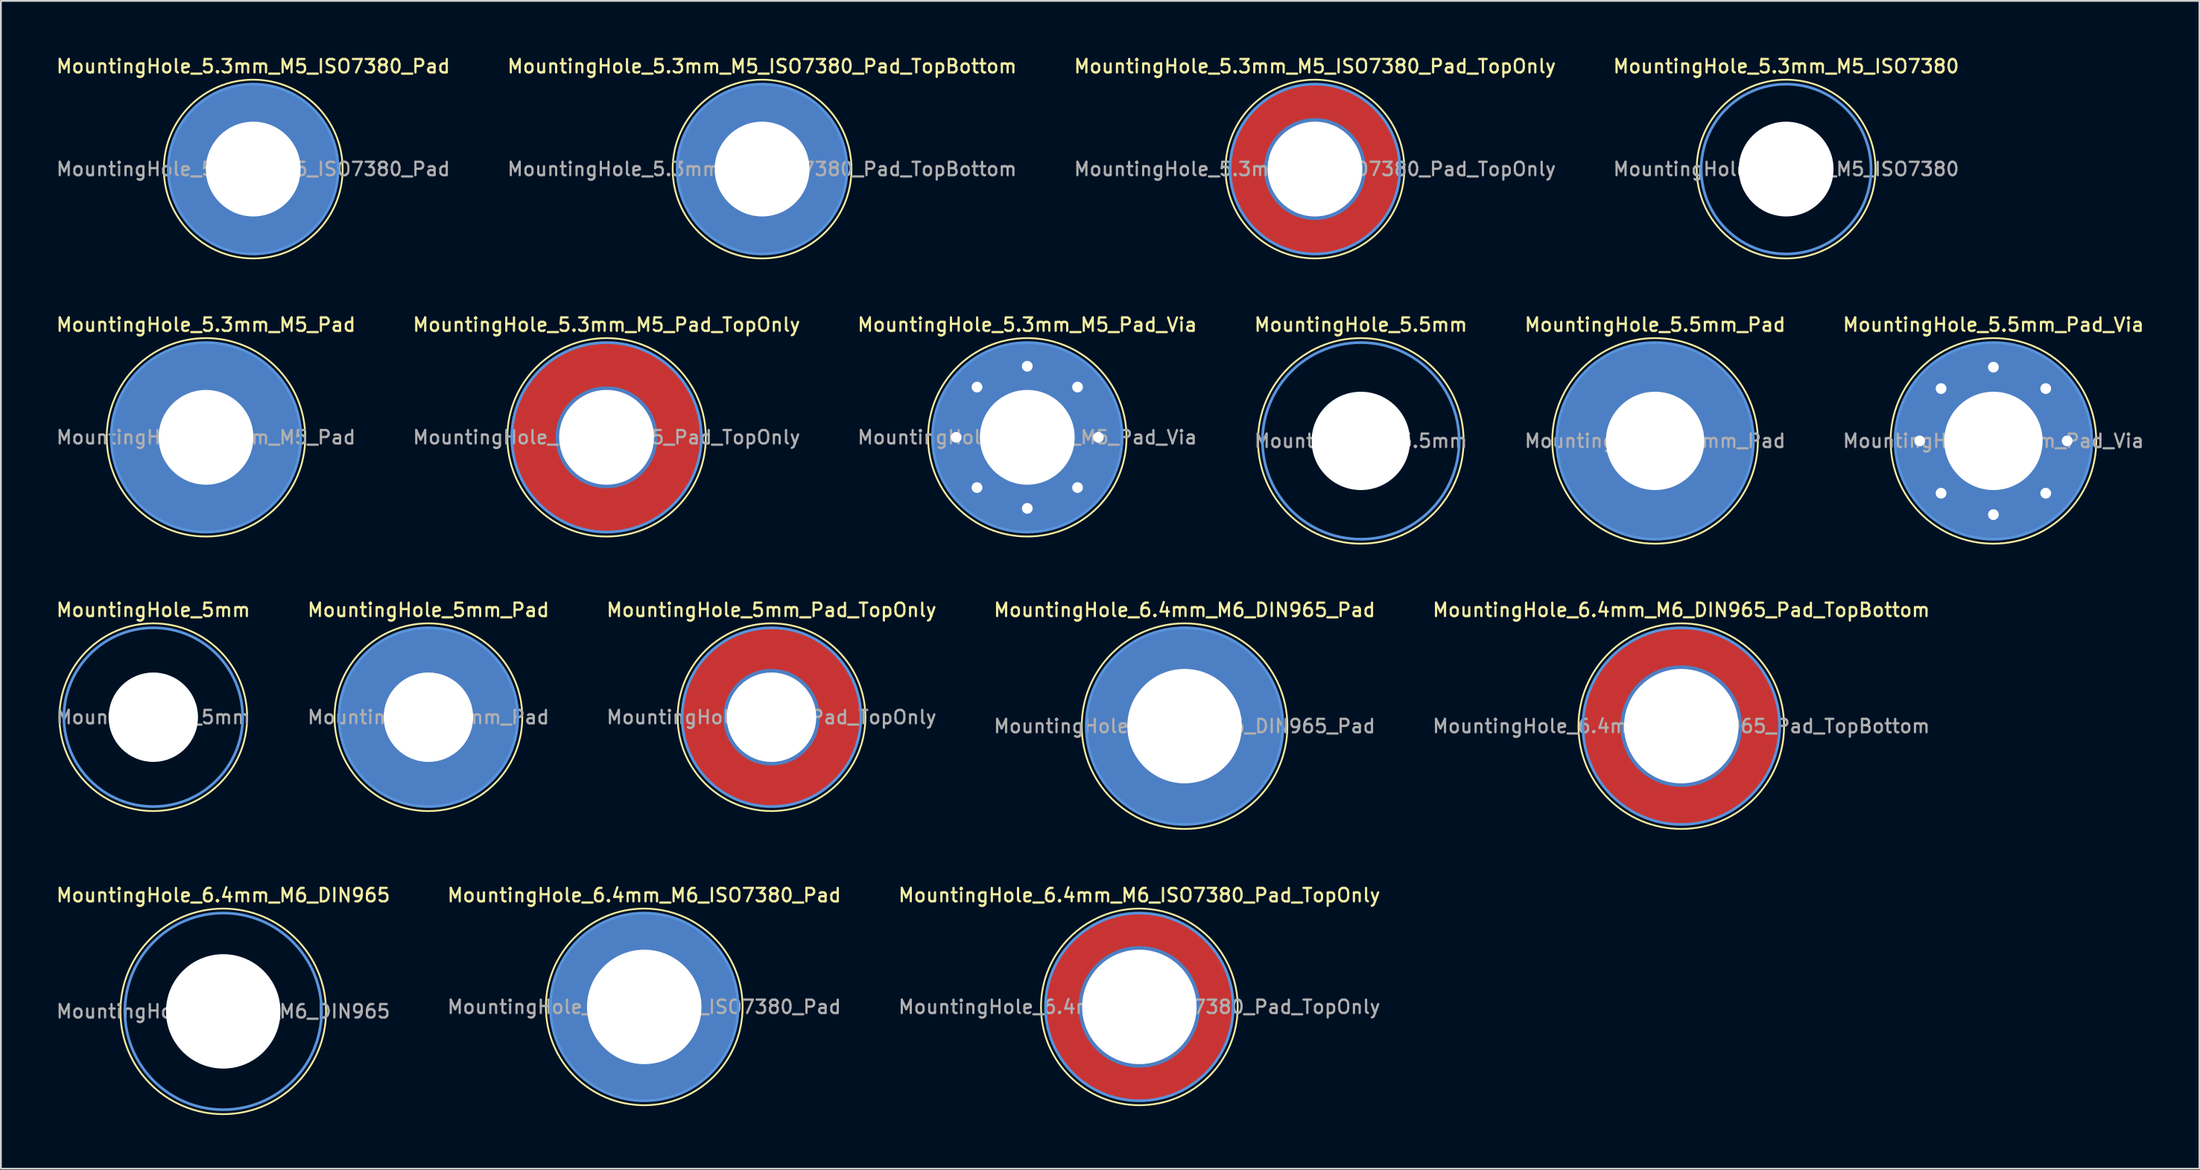
<source format=kicad_pcb>
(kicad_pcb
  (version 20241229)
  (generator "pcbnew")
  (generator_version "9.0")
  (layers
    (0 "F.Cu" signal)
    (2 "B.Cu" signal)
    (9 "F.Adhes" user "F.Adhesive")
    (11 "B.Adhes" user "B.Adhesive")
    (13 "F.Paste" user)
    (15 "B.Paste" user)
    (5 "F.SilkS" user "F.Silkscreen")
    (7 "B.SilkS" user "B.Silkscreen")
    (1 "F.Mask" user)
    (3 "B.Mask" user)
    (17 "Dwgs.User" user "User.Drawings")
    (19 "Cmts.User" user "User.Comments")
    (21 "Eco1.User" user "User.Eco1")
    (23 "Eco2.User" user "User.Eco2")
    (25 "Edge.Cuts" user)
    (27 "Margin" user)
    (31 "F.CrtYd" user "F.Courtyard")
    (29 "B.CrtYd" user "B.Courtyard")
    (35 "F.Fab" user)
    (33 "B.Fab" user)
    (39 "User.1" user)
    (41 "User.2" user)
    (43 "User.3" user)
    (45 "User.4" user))
  (footprint "MountingHole_6.4mm_M6_ISO7380_Pad_TopOnly"
    (layer "F.Cu")
    (at 60.67 53.282)
    (property "Reference" "MountingHole_6.4mm_M6_ISO7380_Pad_TopOnly" (at 0 -6.25 0) (layer "F.SilkS") (effects (font (size 0.75 0.75) (thickness 0.125))))
    (attr exclude_from_pos_files exclude_from_bom)
    (fp_circle (center 0 0) (end 5.5 0) (stroke (width 0.1) (type solid)) (fill no) (layer "F.SilkS"))
    (fp_circle (center 0 0) (end 5.25 0) (stroke (width 0.15) (type solid)) (fill no) (layer "Cmts.User"))
    (fp_text user "${REFERENCE}" (at 0 0 0) (layer "F.Fab") (effects (font (size 0.75 0.75) (thickness 0.125))))
    (pad "1" thru_hole circle (at 0 0) (size 6.8 6.8) (drill 6.4) (layers "*.Cu" "*.Mask"))
    (pad "1" connect circle (at 0 0) (size 10.5 10.5) (layers "F.Cu" "F.Mask")))
  (footprint "MountingHole_5.3mm_M5_ISO7380_Pad_TopBottom"
    (layer "F.Cu")
    (at 39.57 6.408)
    (property "Reference" "MountingHole_5.3mm_M5_ISO7380_Pad_TopBottom" (at 0 -5.75 0) (layer "F.SilkS") (effects (font (size 0.75 0.75) (thickness 0.125))))
    (attr exclude_from_pos_files exclude_from_bom)
    (fp_circle (center 0 0) (end 5 0) (stroke (width 0.1) (type solid)) (fill no) (layer "F.SilkS"))
    (fp_circle (center 0 0) (end 4.75 0) (stroke (width 0.15) (type solid)) (fill no) (layer "Cmts.User"))
    (fp_text user "${REFERENCE}" (at 0 0 0) (layer "F.Fab") (effects (font (size 0.75 0.75) (thickness 0.125))))
    (pad "1" thru_hole circle (at 0 0) (size 5.7 5.7) (drill 5.3) (layers "*.Cu" "*.Mask"))
    (pad "1" connect circle (at 0 0) (size 9.5 9.5) (layers "F.Cu" "F.Mask"))
    (pad "1" connect circle (at 0 0) (size 9.5 9.5) (layers "B.Cu" "B.Mask")))
  (footprint "MountingHole_5.3mm_M5_Pad_TopOnly"
    (layer "F.Cu")
    (at 30.873 21.416)
    (property "Reference" "MountingHole_5.3mm_M5_Pad_TopOnly" (at 0 -6.3 0) (layer "F.SilkS") (effects (font (size 0.75 0.75) (thickness 0.125))))
    (attr exclude_from_pos_files exclude_from_bom)
    (fp_circle (center 0 0) (end 5.55 0) (stroke (width 0.1) (type solid)) (fill no) (layer "F.SilkS"))
    (fp_circle (center 0 0) (end 5.3 0) (stroke (width 0.15) (type solid)) (fill no) (layer "Cmts.User"))
    (fp_text user "${REFERENCE}" (at 0 0 0) (layer "F.Fab") (effects (font (size 0.75 0.75) (thickness 0.125))))
    (pad "1" thru_hole circle (at 0 0) (size 5.7 5.7) (drill 5.3) (layers "*.Cu" "*.Mask"))
    (pad "1" connect circle (at 0 0) (size 10.6 10.6) (layers "F.Cu" "F.Mask")))
  (footprint "MountingHole_5.5mm_Pad_Via"
    (layer "F.Cu")
    (at 108.434 21.616)
    (property "Reference" "MountingHole_5.5mm_Pad_Via" (at 0 -6.5 0) (layer "F.SilkS") (effects (font (size 0.75 0.75) (thickness 0.125))))
    (attr exclude_from_pos_files exclude_from_bom)
    (fp_circle (center 0 0) (end 5.75 0) (stroke (width 0.1) (type solid)) (fill no) (layer "F.SilkS"))
    (fp_circle (center 0 0) (end 5.5 0) (stroke (width 0.15) (type solid)) (fill no) (layer "Cmts.User"))
    (fp_text user "${REFERENCE}" (at 0 0 0) (layer "F.Fab") (effects (font (size 0.75 0.75) (thickness 0.125))))
    (pad "1" thru_hole circle (at -4.125 0) (size 0.9 0.9) (drill 0.6) (layers "*.Cu" "*.Mask"))
    (pad "1" thru_hole circle (at -2.927 -2.927) (size 0.9 0.9) (drill 0.6) (layers "*.Cu" "*.Mask"))
    (pad "1" thru_hole circle (at -2.927 2.927) (size 0.9 0.9) (drill 0.6) (layers "*.Cu" "*.Mask"))
    (pad "1" thru_hole circle (at 0 -4.125) (size 0.9 0.9) (drill 0.6) (layers "*.Cu" "*.Mask"))
    (pad "1" thru_hole circle (at 0 0) (size 11 11) (drill 5.5) (layers "*.Cu" "*.Mask"))
    (pad "1" thru_hole circle (at 0 4.125) (size 0.9 0.9) (drill 0.6) (layers "*.Cu" "*.Mask"))
    (pad "1" thru_hole circle (at 2.927 -2.927) (size 0.9 0.9) (drill 0.6) (layers "*.Cu" "*.Mask"))
    (pad "1" thru_hole circle (at 2.927 2.927) (size 0.9 0.9) (drill 0.6) (layers "*.Cu" "*.Mask"))
    (pad "1" thru_hole circle (at 4.125 0) (size 0.9 0.9) (drill 0.6) (layers "*.Cu" "*.Mask")))
  (footprint "MountingHole_5.3mm_M5_ISO7380"
    (layer "F.Cu")
    (at 96.841 6.408)
    (property "Reference" "MountingHole_5.3mm_M5_ISO7380" (at 0 -5.75 0) (layer "F.SilkS") (effects (font (size 0.75 0.75) (thickness 0.125))))
    (attr exclude_from_pos_files exclude_from_bom)
    (fp_circle (center 0 0) (end 5 0) (stroke (width 0.1) (type solid)) (fill no) (layer "F.SilkS"))
    (fp_circle (center 0 0) (end 4.75 0) (stroke (width 0.15) (type solid)) (fill no) (layer "Cmts.User"))
    (fp_text user "${REFERENCE}" (at 0 0 0) (layer "F.Fab") (effects (font (size 0.75 0.75) (thickness 0.125))))
    (pad "" np_thru_hole circle (at 0 0) (size 5.3 5.3) (drill 5.3) (layers "*.Cu" "*.Mask")))
  (footprint "MountingHole_5mm"
    (layer "F.Cu")
    (at 5.523 37.074)
    (property "Reference" "MountingHole_5mm" (at 0 -6 0) (layer "F.SilkS") (effects (font (size 0.75 0.75) (thickness 0.125))))
    (attr exclude_from_pos_files exclude_from_bom)
    (fp_circle (center 0 0) (end 5.25 0) (stroke (width 0.1) (type solid)) (fill no) (layer "F.SilkS"))
    (fp_circle (center 0 0) (end 5 0) (stroke (width 0.15) (type solid)) (fill no) (layer "Cmts.User"))
    (fp_text user "${REFERENCE}" (at 0 0 0) (layer "F.Fab") (effects (font (size 0.75 0.75) (thickness 0.125))))
    (pad "" np_thru_hole circle (at 0 0) (size 5 5) (drill 5) (layers "*.Cu" "*.Mask")))
  (footprint "MountingHole_5.5mm_Pad"
    (layer "F.Cu")
    (at 89.512 21.616)
    (property "Reference" "MountingHole_5.5mm_Pad" (at 0 -6.5 0) (layer "F.SilkS") (effects (font (size 0.75 0.75) (thickness 0.125))))
    (attr exclude_from_pos_files exclude_from_bom)
    (fp_circle (center 0 0) (end 5.75 0) (stroke (width 0.1) (type solid)) (fill no) (layer "F.SilkS"))
    (fp_circle (center 0 0) (end 5.5 0) (stroke (width 0.15) (type solid)) (fill no) (layer "Cmts.User"))
    (fp_text user "${REFERENCE}" (at 0 0 0) (layer "F.Fab") (effects (font (size 0.75 0.75) (thickness 0.125))))
    (pad "1" thru_hole circle (at 0 0) (size 11 11) (drill 5.5) (layers "*.Cu" "*.Mask")))
  (footprint "MountingHole_5mm_Pad_TopOnly"
    (layer "F.Cu")
    (at 40.098 37.074)
    (property "Reference" "MountingHole_5mm_Pad_TopOnly" (at 0 -6 0) (layer "F.SilkS") (effects (font (size 0.75 0.75) (thickness 0.125))))
    (attr exclude_from_pos_files exclude_from_bom)
    (fp_circle (center 0 0) (end 5.25 0) (stroke (width 0.1) (type solid)) (fill no) (layer "F.SilkS"))
    (fp_circle (center 0 0) (end 5 0) (stroke (width 0.15) (type solid)) (fill no) (layer "Cmts.User"))
    (fp_text user "${REFERENCE}" (at 0 0 0) (layer "F.Fab") (effects (font (size 0.75 0.75) (thickness 0.125))))
    (pad "1" thru_hole circle (at 0 0) (size 5.4 5.4) (drill 5) (layers "*.Cu" "*.Mask"))
    (pad "1" connect circle (at 0 0) (size 10 10) (layers "F.Cu" "F.Mask")))
  (footprint "MountingHole_5.3mm_M5_Pad"
    (layer "F.Cu")
    (at 8.47 21.416)
    (property "Reference" "MountingHole_5.3mm_M5_Pad" (at 0 -6.3 0) (layer "F.SilkS") (effects (font (size 0.75 0.75) (thickness 0.125))))
    (attr exclude_from_pos_files exclude_from_bom)
    (fp_circle (center 0 0) (end 5.55 0) (stroke (width 0.1) (type solid)) (fill no) (layer "F.SilkS"))
    (fp_circle (center 0 0) (end 5.3 0) (stroke (width 0.15) (type solid)) (fill no) (layer "Cmts.User"))
    (fp_text user "${REFERENCE}" (at 0 0 0) (layer "F.Fab") (effects (font (size 0.75 0.75) (thickness 0.125))))
    (pad "1" thru_hole circle (at 0 0) (size 10.6 10.6) (drill 5.3) (layers "*.Cu" "*.Mask")))
  (footprint "MountingHole_5mm_Pad"
    (layer "F.Cu")
    (at 20.909 37.074)
    (property "Reference" "MountingHole_5mm_Pad" (at 0 -6 0) (layer "F.SilkS") (effects (font (size 0.75 0.75) (thickness 0.125))))
    (attr exclude_from_pos_files exclude_from_bom)
    (fp_circle (center 0 0) (end 5.25 0) (stroke (width 0.1) (type solid)) (fill no) (layer "F.SilkS"))
    (fp_circle (center 0 0) (end 5 0) (stroke (width 0.15) (type solid)) (fill no) (layer "Cmts.User"))
    (fp_text user "${REFERENCE}" (at 0 0 0) (layer "F.Fab") (effects (font (size 0.75 0.75) (thickness 0.125))))
    (pad "1" thru_hole circle (at 0 0) (size 10 10) (drill 5) (layers "*.Cu" "*.Mask")))
  (footprint "MountingHole_6.4mm_M6_DIN965_Pad"
    (layer "F.Cu")
    (at 63.198 37.574)
    (property "Reference" "MountingHole_6.4mm_M6_DIN965_Pad" (at 0 -6.5 0) (layer "F.SilkS") (effects (font (size 0.75 0.75) (thickness 0.125))))
    (attr exclude_from_pos_files exclude_from_bom)
    (fp_circle (center 0 0) (end 5.75 0) (stroke (width 0.1) (type solid)) (fill no) (layer "F.SilkS"))
    (fp_circle (center 0 0) (end 5.5 0) (stroke (width 0.15) (type solid)) (fill no) (layer "Cmts.User"))
    (fp_text user "${REFERENCE}" (at 0 0 0) (layer "F.Fab") (effects (font (size 0.75 0.75) (thickness 0.125))))
    (pad "1" thru_hole circle (at 0 0) (size 11 11) (drill 6.4) (layers "*.Cu" "*.Mask")))
  (footprint "MountingHole_5.3mm_M5_Pad_Via"
    (layer "F.Cu")
    (at 54.402 21.416)
    (property "Reference" "MountingHole_5.3mm_M5_Pad_Via" (at 0 -6.3 0) (layer "F.SilkS") (effects (font (size 0.75 0.75) (thickness 0.125))))
    (attr exclude_from_pos_files exclude_from_bom)
    (fp_circle (center 0 0) (end 5.55 0) (stroke (width 0.1) (type solid)) (fill no) (layer "F.SilkS"))
    (fp_circle (center 0 0) (end 5.3 0) (stroke (width 0.15) (type solid)) (fill no) (layer "Cmts.User"))
    (fp_text user "${REFERENCE}" (at 0 0 0) (layer "F.Fab") (effects (font (size 0.75 0.75) (thickness 0.125))))
    (pad "1" thru_hole circle (at -3.975 0) (size 0.9 0.9) (drill 0.6) (layers "*.Cu" "*.Mask"))
    (pad "1" thru_hole circle (at -2.811 -2.811) (size 0.9 0.9) (drill 0.6) (layers "*.Cu" "*.Mask"))
    (pad "1" thru_hole circle (at -2.811 2.811) (size 0.9 0.9) (drill 0.6) (layers "*.Cu" "*.Mask"))
    (pad "1" thru_hole circle (at 0 -3.975) (size 0.9 0.9) (drill 0.6) (layers "*.Cu" "*.Mask"))
    (pad "1" thru_hole circle (at 0 0) (size 10.6 10.6) (drill 5.3) (layers "*.Cu" "*.Mask"))
    (pad "1" thru_hole circle (at 0 3.975) (size 0.9 0.9) (drill 0.6) (layers "*.Cu" "*.Mask"))
    (pad "1" thru_hole circle (at 2.811 -2.811) (size 0.9 0.9) (drill 0.6) (layers "*.Cu" "*.Mask"))
    (pad "1" thru_hole circle (at 2.811 2.811) (size 0.9 0.9) (drill 0.6) (layers "*.Cu" "*.Mask"))
    (pad "1" thru_hole circle (at 3.975 0) (size 0.9 0.9) (drill 0.6) (layers "*.Cu" "*.Mask")))
  (footprint "MountingHole_6.4mm_M6_DIN965_Pad_TopBottom"
    (layer "F.Cu")
    (at 90.977 37.574)
    (property "Reference" "MountingHole_6.4mm_M6_DIN965_Pad_TopBottom" (at 0 -6.5 0) (layer "F.SilkS") (effects (font (size 0.75 0.75) (thickness 0.125))))
    (attr exclude_from_pos_files exclude_from_bom)
    (fp_circle (center 0 0) (end 5.75 0) (stroke (width 0.1) (type solid)) (fill no) (layer "F.SilkS"))
    (fp_circle (center 0 0) (end 5.5 0) (stroke (width 0.15) (type solid)) (fill no) (layer "Cmts.User"))
    (fp_text user "${REFERENCE}" (at 0 0 0) (layer "F.Fab") (effects (font (size 0.75 0.75) (thickness 0.125))))
    (pad "" connect circle (at 0 0) (size 11 11) (layers "B.Mask" "Rescue"))
    (pad "1" thru_hole circle (at 0 0) (size 6.8 6.8) (drill 6.4) (layers "*.Cu" "*.Mask"))
    (pad "1" connect circle (at 0 0) (size 11 11) (layers "F.Cu" "F.Mask")))
  (footprint "MountingHole_6.4mm_M6_ISO7380_Pad"
    (layer "F.Cu")
    (at 32.98 53.282)
    (property "Reference" "MountingHole_6.4mm_M6_ISO7380_Pad" (at 0 -6.25 0) (layer "F.SilkS") (effects (font (size 0.75 0.75) (thickness 0.125))))
    (attr exclude_from_pos_files exclude_from_bom)
    (fp_circle (center 0 0) (end 5.5 0) (stroke (width 0.1) (type solid)) (fill no) (layer "F.SilkS"))
    (fp_circle (center 0 0) (end 5.25 0) (stroke (width 0.15) (type solid)) (fill no) (layer "Cmts.User"))
    (fp_text user "${REFERENCE}" (at 0 0 0) (layer "F.Fab") (effects (font (size 0.75 0.75) (thickness 0.125))))
    (pad "1" thru_hole circle (at 0 0) (size 10.5 10.5) (drill 6.4) (layers "*.Cu" "*.Mask")))
  (footprint "MountingHole_5.3mm_M5_ISO7380_Pad_TopOnly"
    (layer "F.Cu")
    (at 70.491 6.408)
    (property "Reference" "MountingHole_5.3mm_M5_ISO7380_Pad_TopOnly" (at 0 -5.75 0) (layer "F.SilkS") (effects (font (size 0.75 0.75) (thickness 0.125))))
    (attr exclude_from_pos_files exclude_from_bom)
    (fp_circle (center 0 0) (end 5 0) (stroke (width 0.1) (type solid)) (fill no) (layer "F.SilkS"))
    (fp_circle (center 0 0) (end 4.75 0) (stroke (width 0.15) (type solid)) (fill no) (layer "Cmts.User"))
    (fp_text user "${REFERENCE}" (at 0 0 0) (layer "F.Fab") (effects (font (size 0.75 0.75) (thickness 0.125))))
    (pad "1" thru_hole circle (at 0 0) (size 5.7 5.7) (drill 5.3) (layers "*.Cu" "*.Mask"))
    (pad "1" connect circle (at 0 0) (size 9.5 9.5) (layers "F.Cu" "F.Mask")))
  (footprint "MountingHole_5.3mm_M5_ISO7380_Pad"
    (layer "F.Cu")
    (at 11.113 6.408)
    (property "Reference" "MountingHole_5.3mm_M5_ISO7380_Pad" (at 0 -5.75 0) (layer "F.SilkS") (effects (font (size 0.75 0.75) (thickness 0.125))))
    (attr exclude_from_pos_files exclude_from_bom)
    (fp_circle (center 0 0) (end 5 0) (stroke (width 0.1) (type solid)) (fill no) (layer "F.SilkS"))
    (fp_circle (center 0 0) (end 4.75 0) (stroke (width 0.15) (type solid)) (fill no) (layer "Cmts.User"))
    (fp_text user "${REFERENCE}" (at 0 0 0) (layer "F.Fab") (effects (font (size 0.75 0.75) (thickness 0.125))))
    (pad "1" thru_hole circle (at 0 0) (size 9.5 9.5) (drill 5.3) (layers "*.Cu" "*.Mask")))
  (footprint "MountingHole_5.5mm"
    (layer "F.Cu")
    (at 73.055 21.616)
    (property "Reference" "MountingHole_5.5mm" (at 0 -6.5 0) (layer "F.SilkS") (effects (font (size 0.75 0.75) (thickness 0.125))))
    (attr exclude_from_pos_files exclude_from_bom)
    (fp_circle (center 0 0) (end 5.75 0) (stroke (width 0.1) (type solid)) (fill no) (layer "F.SilkS"))
    (fp_circle (center 0 0) (end 5.5 0) (stroke (width 0.15) (type solid)) (fill no) (layer "Cmts.User"))
    (fp_text user "${REFERENCE}" (at 0 0 0) (layer "F.Fab") (effects (font (size 0.75 0.75) (thickness 0.125))))
    (pad "" np_thru_hole circle (at 0 0) (size 5.5 5.5) (drill 5.5) (layers "*.Cu" "*.Mask")))
  (footprint "MountingHole_6.4mm_M6_DIN965"
    (layer "F.Cu")
    (at 9.434 53.532)
    (property "Reference" "MountingHole_6.4mm_M6_DIN965" (at 0 -6.5 0) (layer "F.SilkS") (effects (font (size 0.75 0.75) (thickness 0.125))))
    (attr exclude_from_pos_files exclude_from_bom)
    (fp_circle (center 0 0) (end 5.75 0) (stroke (width 0.1) (type solid)) (fill no) (layer "F.SilkS"))
    (fp_circle (center 0 0) (end 5.5 0) (stroke (width 0.15) (type solid)) (fill no) (layer "Cmts.User"))
    (fp_text user "${REFERENCE}" (at 0 0 0) (layer "F.Fab") (effects (font (size 0.75 0.75) (thickness 0.125))))
    (pad "" np_thru_hole circle (at 0 0) (size 6.4 6.4) (drill 6.4) (layers "*.Cu" "*.Mask")))
  (gr_rect
    (start -3 -3)
    (end 119.957 62.333)
    (stroke (width 0.1) (type default))
    (fill no)
    (layer "Edge.Cuts")))
</source>
